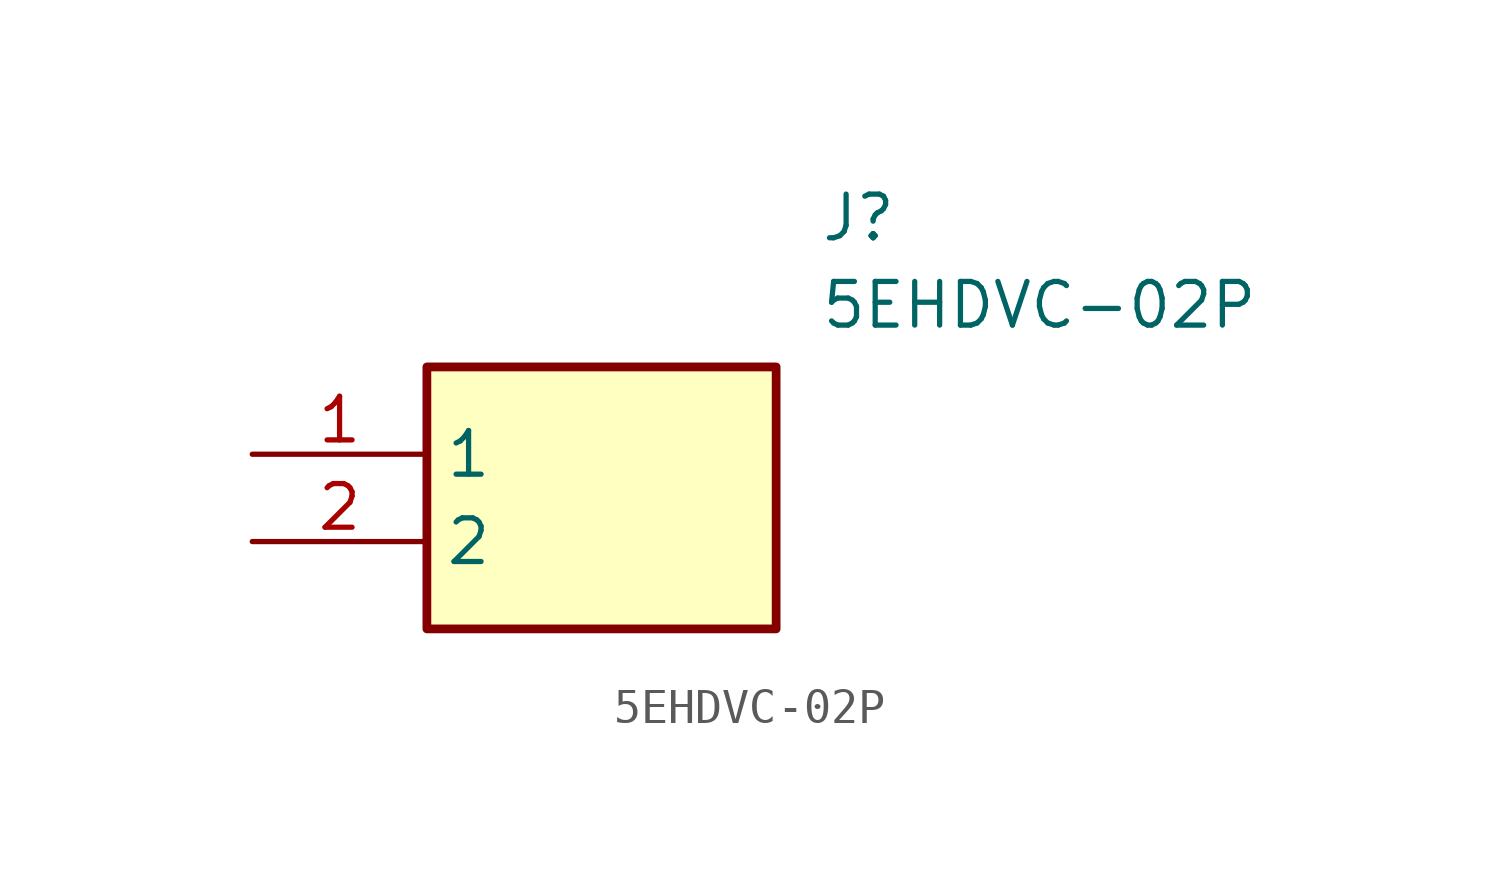
<source format=kicad_sym>
(kicad_symbol_lib
  (version 20211014)
  (generator SamacSys_ECAD_Model)
  (symbol "5EHDVC-02P"
    (property "Reference" "J"
      (at 16.51 7.62 0)
      (effects (font (size 1.27 1.27)) (justify left top)))
    (property "Value" "5EHDVC-02P"
      (at 16.51 5.08 0)
      (effects (font (size 1.27 1.27)) (justify left top)))
    (rectangle
      (start 5.08 2.54)
      (end 15.24 -5.08)
      (stroke (width 0.254) (type default))
      (fill (type background)))
    (pin passive line
      (at 0 0 0)
      (length 5.08)
      (name "1" (effects (font (size 1.27 1.27))))
      (number "1" (effects (font (size 1.27 1.27)))))
    (pin passive line
      (at 0 -2.54 0)
      (length 5.08)
      (name "2" (effects (font (size 1.27 1.27))))
      (number "2" (effects (font (size 1.27 1.27)))))))
</source>
